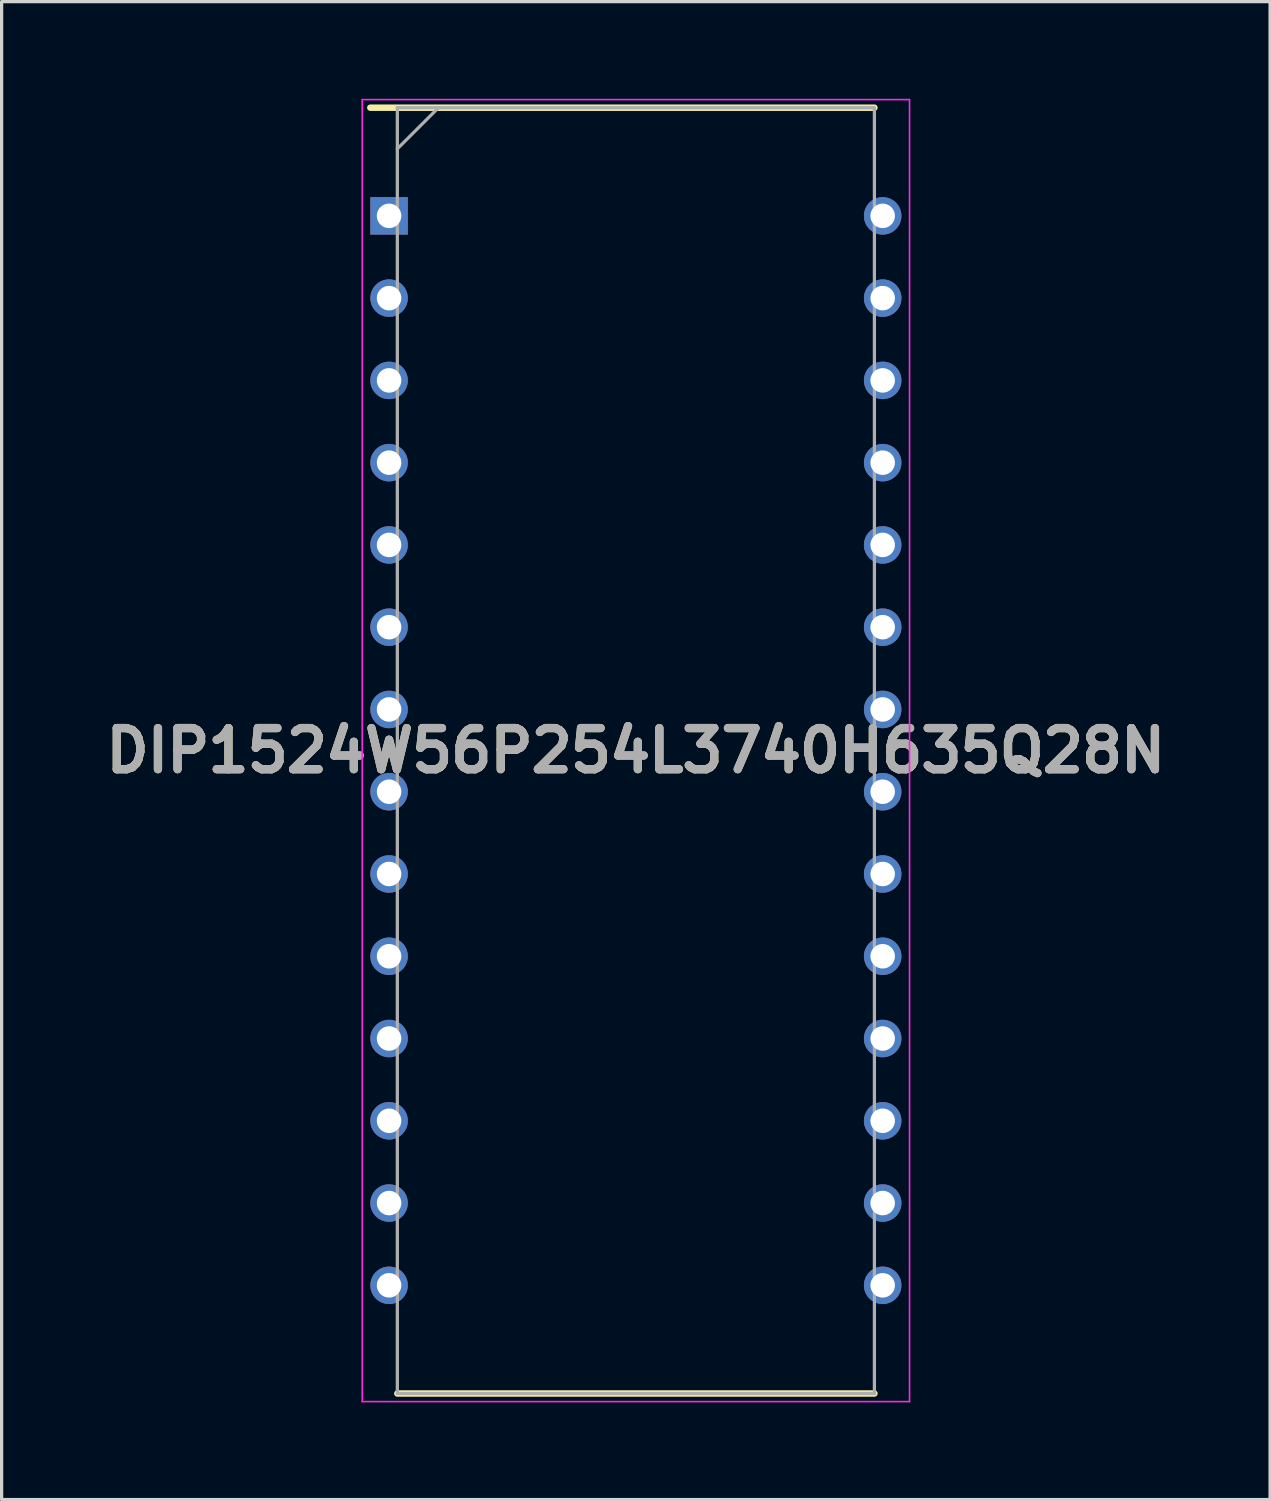
<source format=kicad_pcb>
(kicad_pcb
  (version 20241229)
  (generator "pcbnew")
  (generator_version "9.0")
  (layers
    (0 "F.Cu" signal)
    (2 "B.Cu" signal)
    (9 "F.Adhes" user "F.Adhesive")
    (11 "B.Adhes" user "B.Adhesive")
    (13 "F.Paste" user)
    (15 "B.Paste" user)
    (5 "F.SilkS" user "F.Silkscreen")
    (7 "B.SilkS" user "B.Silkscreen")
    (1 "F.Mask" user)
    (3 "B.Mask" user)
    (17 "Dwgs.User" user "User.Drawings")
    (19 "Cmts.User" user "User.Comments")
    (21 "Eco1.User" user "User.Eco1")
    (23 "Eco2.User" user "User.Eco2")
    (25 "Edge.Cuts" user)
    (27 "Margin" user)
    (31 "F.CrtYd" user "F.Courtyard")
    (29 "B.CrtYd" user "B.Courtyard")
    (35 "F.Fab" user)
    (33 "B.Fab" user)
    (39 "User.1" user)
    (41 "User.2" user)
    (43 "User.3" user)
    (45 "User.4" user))
  (footprint "DIP1524W56P254L3740H635Q28N"
    (layer "F.Cu")
    (at 16.583 20.125)
    (property "Reference" "DIP1524W56P254L3740H635Q28N" (at 0 0 0) (layer "F.SilkS") (effects (font (size 1.27 1.27) (thickness 0.254))))
    (attr through_hole)
    (fp_line (start -8.199 -19.85) (end 7.365 -19.85) (stroke (width 0.2) (type solid)) (layer "F.SilkS"))
    (fp_line (start -7.365 19.85) (end 7.365 19.85) (stroke (width 0.2) (type solid)) (layer "F.SilkS"))
    (fp_line (start -8.449 -20.1) (end 8.449 -20.1) (stroke (width 0.05) (type solid)) (layer "F.CrtYd"))
    (fp_line (start -8.449 20.1) (end -8.449 -20.1) (stroke (width 0.05) (type solid)) (layer "F.CrtYd"))
    (fp_line (start 8.449 -20.1) (end 8.449 20.1) (stroke (width 0.05) (type solid)) (layer "F.CrtYd"))
    (fp_line (start 8.449 20.1) (end -8.449 20.1) (stroke (width 0.05) (type solid)) (layer "F.CrtYd"))
    (fp_line (start -7.365 -19.85) (end 7.365 -19.85) (stroke (width 0.1) (type solid)) (layer "F.Fab"))
    (fp_line (start -7.365 -18.58) (end -6.095 -19.85) (stroke (width 0.1) (type solid)) (layer "F.Fab"))
    (fp_line (start -7.365 19.85) (end -7.365 -19.85) (stroke (width 0.1) (type solid)) (layer "F.Fab"))
    (fp_line (start 7.365 -19.85) (end 7.365 19.85) (stroke (width 0.1) (type solid)) (layer "F.Fab"))
    (fp_line (start 7.365 19.85) (end -7.365 19.85) (stroke (width 0.1) (type solid)) (layer "F.Fab"))
    (fp_text user "${REFERENCE}" (at 0 0 0) (layer "F.Fab") (effects (font (size 1.27 1.27) (thickness 0.254))))
    (pad "1" thru_hole rect (at -7.62 -16.51) (size 1.158 1.158) (drill 0.758) (layers "*.Cu" "*.Mask"))
    (pad "2" thru_hole circle (at -7.62 -13.97) (size 1.158 1.158) (drill 0.758) (layers "*.Cu" "*.Mask"))
    (pad "3" thru_hole circle (at -7.62 -11.43) (size 1.158 1.158) (drill 0.758) (layers "*.Cu" "*.Mask"))
    (pad "4" thru_hole circle (at -7.62 -8.89) (size 1.158 1.158) (drill 0.758) (layers "*.Cu" "*.Mask"))
    (pad "5" thru_hole circle (at -7.62 -6.35) (size 1.158 1.158) (drill 0.758) (layers "*.Cu" "*.Mask"))
    (pad "6" thru_hole circle (at -7.62 -3.81) (size 1.158 1.158) (drill 0.758) (layers "*.Cu" "*.Mask"))
    (pad "7" thru_hole circle (at -7.62 -1.27) (size 1.158 1.158) (drill 0.758) (layers "*.Cu" "*.Mask"))
    (pad "8" thru_hole circle (at -7.62 1.27) (size 1.158 1.158) (drill 0.758) (layers "*.Cu" "*.Mask"))
    (pad "9" thru_hole circle (at -7.62 3.81) (size 1.158 1.158) (drill 0.758) (layers "*.Cu" "*.Mask"))
    (pad "10" thru_hole circle (at -7.62 6.35) (size 1.158 1.158) (drill 0.758) (layers "*.Cu" "*.Mask"))
    (pad "11" thru_hole circle (at -7.62 8.89) (size 1.158 1.158) (drill 0.758) (layers "*.Cu" "*.Mask"))
    (pad "12" thru_hole circle (at -7.62 11.43) (size 1.158 1.158) (drill 0.758) (layers "*.Cu" "*.Mask"))
    (pad "13" thru_hole circle (at -7.62 13.97) (size 1.158 1.158) (drill 0.758) (layers "*.Cu" "*.Mask"))
    (pad "14" thru_hole circle (at -7.62 16.51) (size 1.158 1.158) (drill 0.758) (layers "*.Cu" "*.Mask"))
    (pad "15" thru_hole circle (at 7.62 16.51) (size 1.158 1.158) (drill 0.758) (layers "*.Cu" "*.Mask"))
    (pad "16" thru_hole circle (at 7.62 13.97) (size 1.158 1.158) (drill 0.758) (layers "*.Cu" "*.Mask"))
    (pad "17" thru_hole circle (at 7.62 11.43) (size 1.158 1.158) (drill 0.758) (layers "*.Cu" "*.Mask"))
    (pad "18" thru_hole circle (at 7.62 8.89) (size 1.158 1.158) (drill 0.758) (layers "*.Cu" "*.Mask"))
    (pad "19" thru_hole circle (at 7.62 6.35) (size 1.158 1.158) (drill 0.758) (layers "*.Cu" "*.Mask"))
    (pad "20" thru_hole circle (at 7.62 3.81) (size 1.158 1.158) (drill 0.758) (layers "*.Cu" "*.Mask"))
    (pad "21" thru_hole circle (at 7.62 1.27) (size 1.158 1.158) (drill 0.758) (layers "*.Cu" "*.Mask"))
    (pad "22" thru_hole circle (at 7.62 -1.27) (size 1.158 1.158) (drill 0.758) (layers "*.Cu" "*.Mask"))
    (pad "23" thru_hole circle (at 7.62 -3.81) (size 1.158 1.158) (drill 0.758) (layers "*.Cu" "*.Mask"))
    (pad "24" thru_hole circle (at 7.62 -6.35) (size 1.158 1.158) (drill 0.758) (layers "*.Cu" "*.Mask"))
    (pad "25" thru_hole circle (at 7.62 -8.89) (size 1.158 1.158) (drill 0.758) (layers "*.Cu" "*.Mask"))
    (pad "26" thru_hole circle (at 7.62 -11.43) (size 1.158 1.158) (drill 0.758) (layers "*.Cu" "*.Mask"))
    (pad "27" thru_hole circle (at 7.62 -13.97) (size 1.158 1.158) (drill 0.758) (layers "*.Cu" "*.Mask"))
    (pad "28" thru_hole circle (at 7.62 -16.51) (size 1.158 1.158) (drill 0.758) (layers "*.Cu" "*.Mask")))
  (gr_rect
    (start -3 -3)
    (end 36.165 43.25)
    (stroke (width 0.1) (type default))
    (fill no)
    (layer "Edge.Cuts")))
</source>
